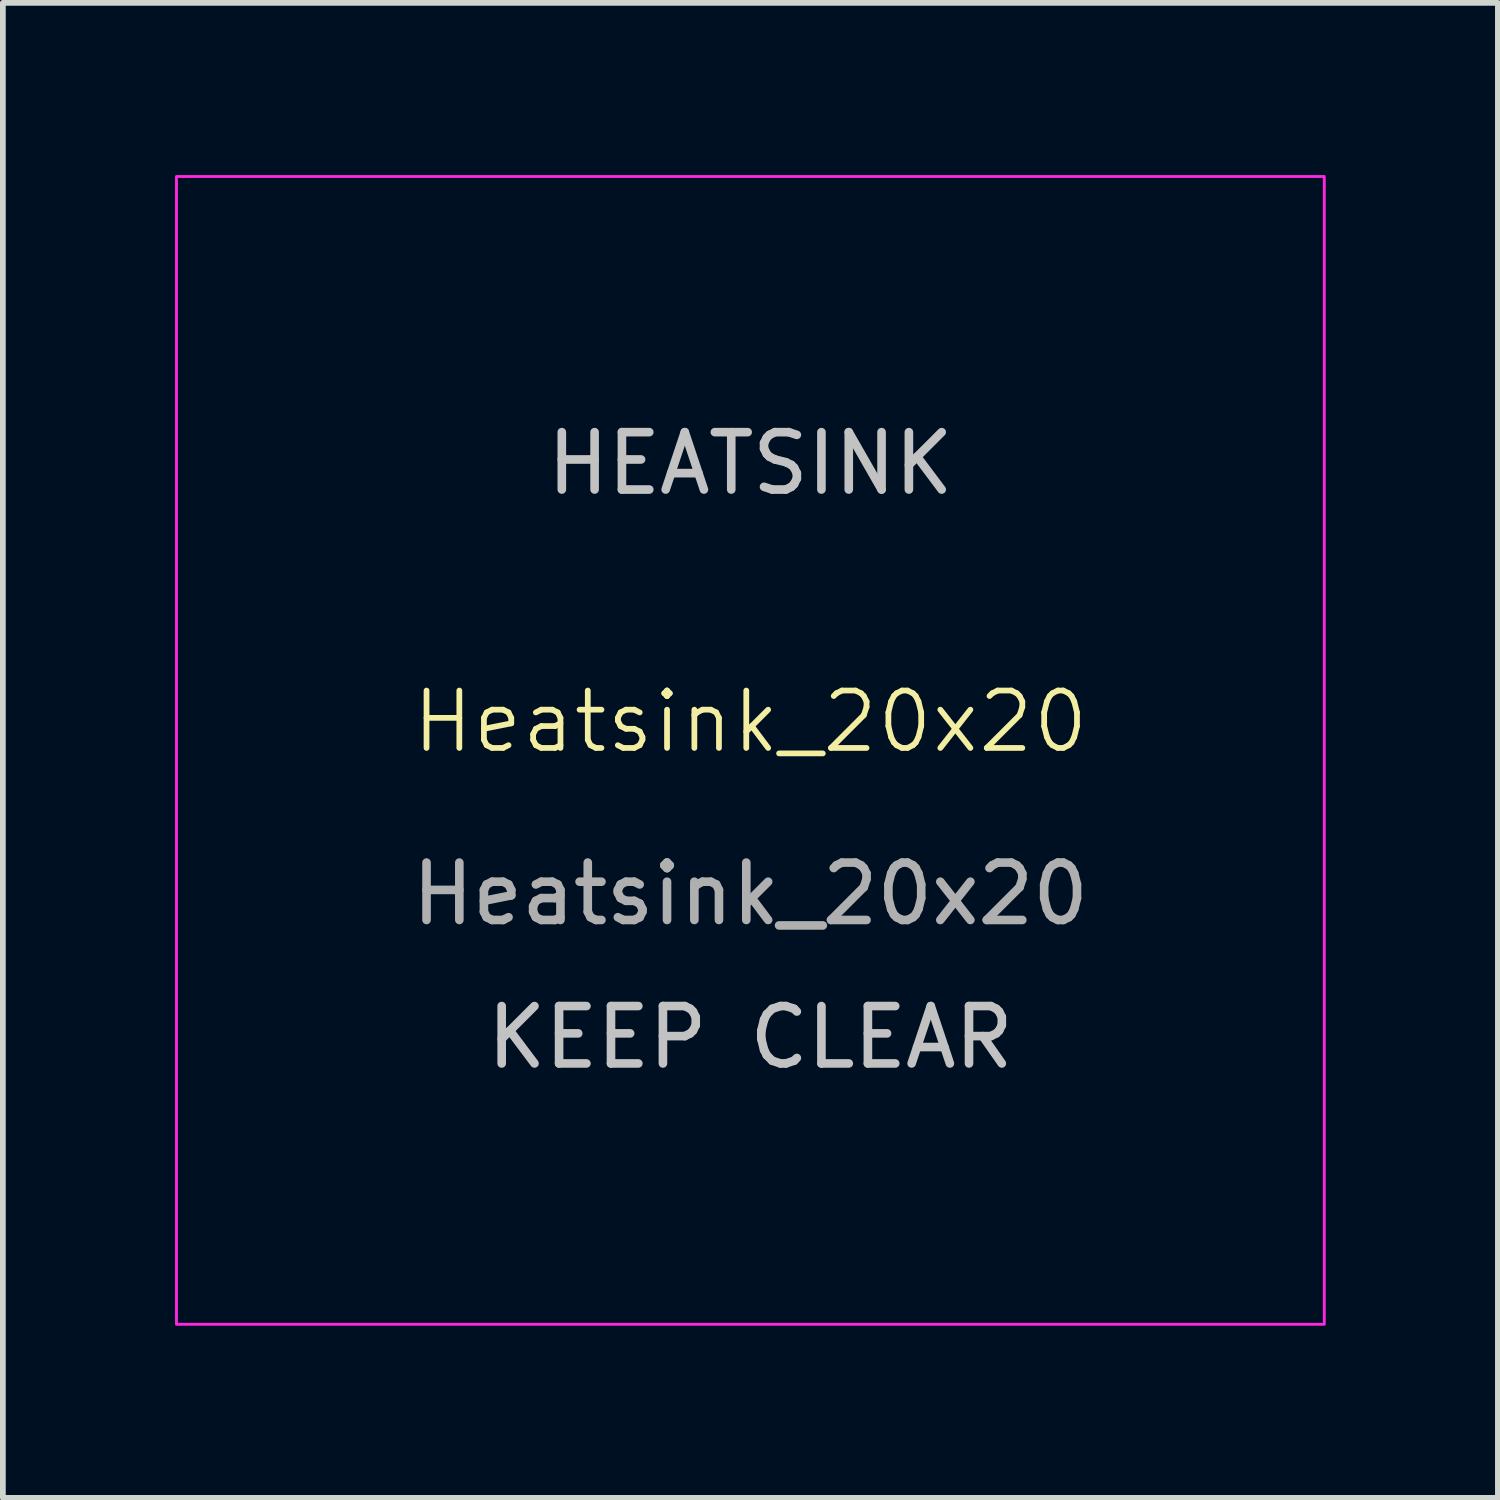
<source format=kicad_pcb>
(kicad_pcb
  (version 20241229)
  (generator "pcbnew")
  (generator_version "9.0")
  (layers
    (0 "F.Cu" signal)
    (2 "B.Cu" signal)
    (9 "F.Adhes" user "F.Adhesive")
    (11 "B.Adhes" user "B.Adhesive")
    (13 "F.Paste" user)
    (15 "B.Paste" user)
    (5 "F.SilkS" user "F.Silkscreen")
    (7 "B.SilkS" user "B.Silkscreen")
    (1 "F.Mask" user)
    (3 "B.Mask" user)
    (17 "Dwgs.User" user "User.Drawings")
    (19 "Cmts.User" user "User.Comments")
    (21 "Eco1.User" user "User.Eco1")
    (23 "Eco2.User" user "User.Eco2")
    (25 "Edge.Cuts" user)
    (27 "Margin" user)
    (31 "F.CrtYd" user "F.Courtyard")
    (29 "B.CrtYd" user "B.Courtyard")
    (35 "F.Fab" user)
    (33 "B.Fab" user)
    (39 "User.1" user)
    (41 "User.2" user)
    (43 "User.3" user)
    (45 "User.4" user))
  (footprint "Heatsink_20x20"
    (layer "F.Cu")
    (at 10.025 10.025)
    (property "Reference" "Heatsink_20x20" (at 0 -0.5 0) (unlocked yes) (layer "F.SilkS") (effects (font (size 1 1) (thickness 0.1))))
    (attr smd)
    (fp_rect (start -10 -10) (end 10 10) (stroke (width 0.05) (type solid)) (fill no) (layer "F.CrtYd"))
    (fp_text user "HEATSINK" (at 0 -5 0) (unlocked yes) (layer "Dwgs.User") (effects (font (size 1 1) (thickness 0.15))))
    (fp_text user "KEEP CLEAR" (at 0 5 0) (unlocked yes) (layer "Dwgs.User") (effects (font (size 1 1) (thickness 0.15))))
    (fp_text user "${REFERENCE}" (at 0 2.5 0) (unlocked yes) (layer "F.Fab") (effects (font (size 1 1) (thickness 0.15)))))
  (gr_rect
    (start -3 -3)
    (end 23.05 23.05)
    (stroke (width 0.1) (type default))
    (fill no)
    (layer "Edge.Cuts")))
</source>
